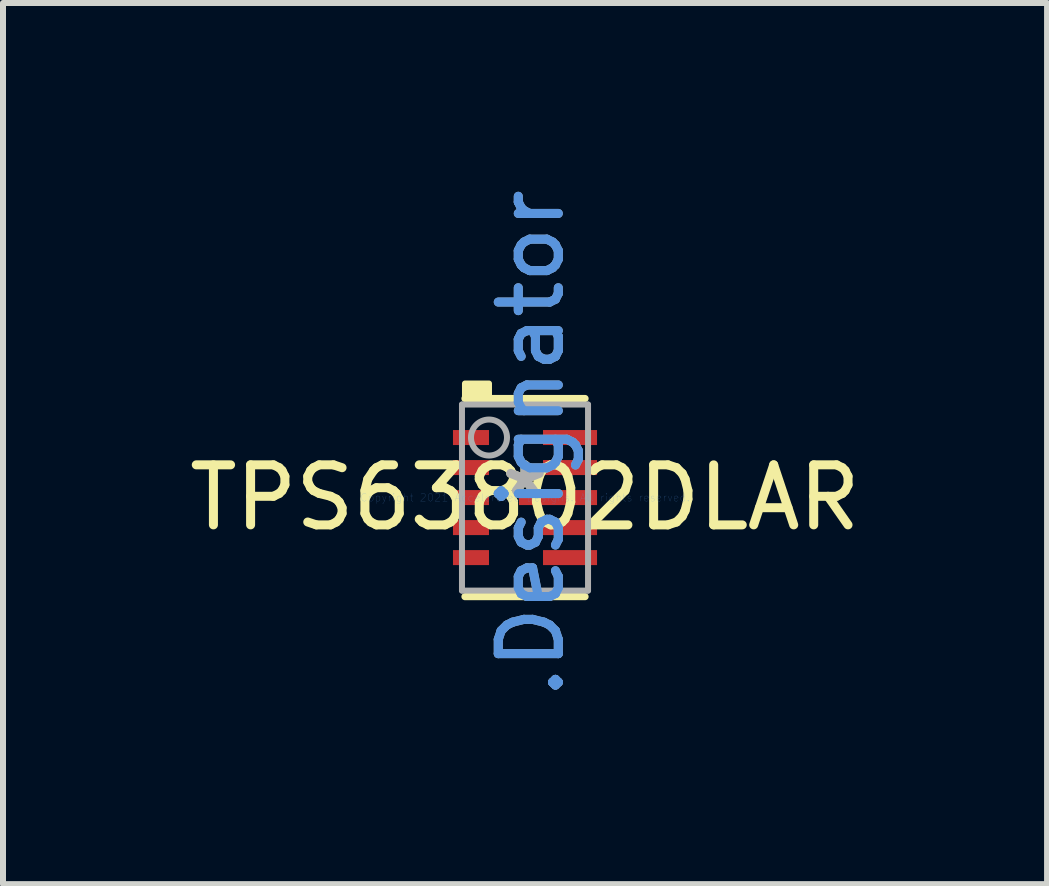
<source format=kicad_pcb>
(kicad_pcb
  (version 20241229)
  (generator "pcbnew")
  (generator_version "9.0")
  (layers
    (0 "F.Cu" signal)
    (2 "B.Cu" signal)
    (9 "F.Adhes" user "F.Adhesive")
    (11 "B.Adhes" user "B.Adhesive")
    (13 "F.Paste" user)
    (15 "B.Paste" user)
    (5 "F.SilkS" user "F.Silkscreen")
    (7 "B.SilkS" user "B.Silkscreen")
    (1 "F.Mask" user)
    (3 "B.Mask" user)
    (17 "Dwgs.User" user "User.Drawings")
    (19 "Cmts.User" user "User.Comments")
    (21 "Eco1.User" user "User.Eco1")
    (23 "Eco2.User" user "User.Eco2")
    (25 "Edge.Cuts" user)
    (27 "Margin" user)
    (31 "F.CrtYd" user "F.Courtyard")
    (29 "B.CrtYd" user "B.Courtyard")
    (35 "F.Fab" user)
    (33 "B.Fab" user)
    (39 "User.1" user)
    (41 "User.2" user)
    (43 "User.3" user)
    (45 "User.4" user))
  (footprint "TPS63802DLAR"
    (layer "F.Cu")
    (at 5.696 5.239)
    (property "Reference" "TPS63802DLAR" (at 0 0 0) (layer "F.SilkS") (effects (font (size 1 1) (thickness 0.15))))
    (attr through_hole)
    (fp_line (start -1 -1.65) (end 1 -1.65) (stroke (width 0.12) (type solid)) (layer "F.SilkS"))
    (fp_line (start -1 1.65) (end 1 1.65) (stroke (width 0.12) (type solid)) (layer "F.SilkS"))
    (fp_poly (pts (xy -1 -1.65) (xy -0.6 -1.65) (xy -0.6 -1.9) (xy -1 -1.9)) (stroke (width 0.1) (type solid)) (fill yes) (layer "F.SilkS"))
    (fp_poly (pts (xy -0.1 0.075) (xy -0.1 -0.075) (xy -0.05 -0.125) (xy 0.4 -0.125) (xy 0.45 -0.075) (xy 0.45 0.075) (xy 0.4 0.125) (xy -0.05 0.125)) (stroke (width 0.1) (type solid)) (fill yes) (layer "F.Paste"))
    (fp_poly (pts (xy 0.65 0.075) (xy 0.65 -0.075) (xy 0.7 -0.125) (xy 1.15 -0.125) (xy 1.2 -0.075) (xy 1.2 0.075) (xy 1.15 0.125) (xy 0.7 0.125)) (stroke (width 0.1) (type solid)) (fill yes) (layer "F.Paste"))
    (fp_line (start -1.05 -1.55) (end 1.05 -1.55) (stroke (width 0.1) (type solid)) (layer "F.Fab"))
    (fp_line (start -1.05 1.55) (end -1.05 -1.55) (stroke (width 0.1) (type solid)) (layer "F.Fab"))
    (fp_line (start -1.05 1.55) (end 1.05 1.55) (stroke (width 0.1) (type solid)) (layer "F.Fab"))
    (fp_line (start 1.05 1.55) (end 1.05 -1.55) (stroke (width 0.1) (type solid)) (layer "F.Fab"))
    (fp_circle (center -0.6 -1) (end -0.3 -1) (stroke (width 0.1) (type solid)) (fill no) (layer "F.Fab"))
    (fp_text user "*" (at 0 0 0) (layer "F.SilkS") (effects (font (size 1 1) (thickness 0.15))))
    (fp_text user ".Designator" (at 0.1 -0.9 270) (layer "Cmts.User") (effects (font (size 1 1) (thickness 0.15))))
    (fp_text user "Copyright 2021 Accelerated Designs. All rights reserved." (at 0 0 0) (layer "Cmts.User") (effects (font (size 0.127 0.127) (thickness 0.002))))
    (fp_text user "*" (at 0 0 0) (layer "F.Fab") (effects (font (size 1 1) (thickness 0.15))))
    (fp_text user ".Designator" (at 0.1 -0.9 270) (layer "F.Fab") (effects (font (size 1 1) (thickness 0.15))))
    (pad "1" smd rect (at -0.9 -1) (size 0.6 0.25) (layers "F.Cu" "F.Mask" "F.Paste"))
    (pad "2" smd rect (at -0.9 -0.5) (size 0.6 0.25) (layers "F.Cu" "F.Mask" "F.Paste"))
    (pad "3" smd rect (at -0.9 0) (size 0.6 0.25) (layers "F.Cu" "F.Mask" "F.Paste"))
    (pad "4" smd rect (at -0.9 0.5) (size 0.6 0.25) (layers "F.Cu" "F.Mask" "F.Paste"))
    (pad "5" smd rect (at -0.9 1) (size 0.6 0.25) (layers "F.Cu" "F.Mask" "F.Paste"))
    (pad "6" smd rect (at 0.75 1) (size 0.9 0.25) (layers "F.Cu" "F.Mask" "F.Paste"))
    (pad "7" smd rect (at 0.75 0.5) (size 0.9 0.25) (layers "F.Cu" "F.Mask" "F.Paste"))
    (pad "8" smd rect (at 0.55 0) (size 1.3 0.25) (layers "F.Cu" "F.Mask"))
    (pad "9" smd rect (at 0.75 -0.5) (size 0.9 0.25) (layers "F.Cu" "F.Mask" "F.Paste"))
    (pad "10" smd rect (at 0.75 -1) (size 0.9 0.25) (layers "F.Cu" "F.Mask" "F.Paste")))
  (gr_rect
    (start -3 -3)
    (end 14.393 11.679)
    (stroke (width 0.1) (type default))
    (fill no)
    (layer "Edge.Cuts")))
</source>
